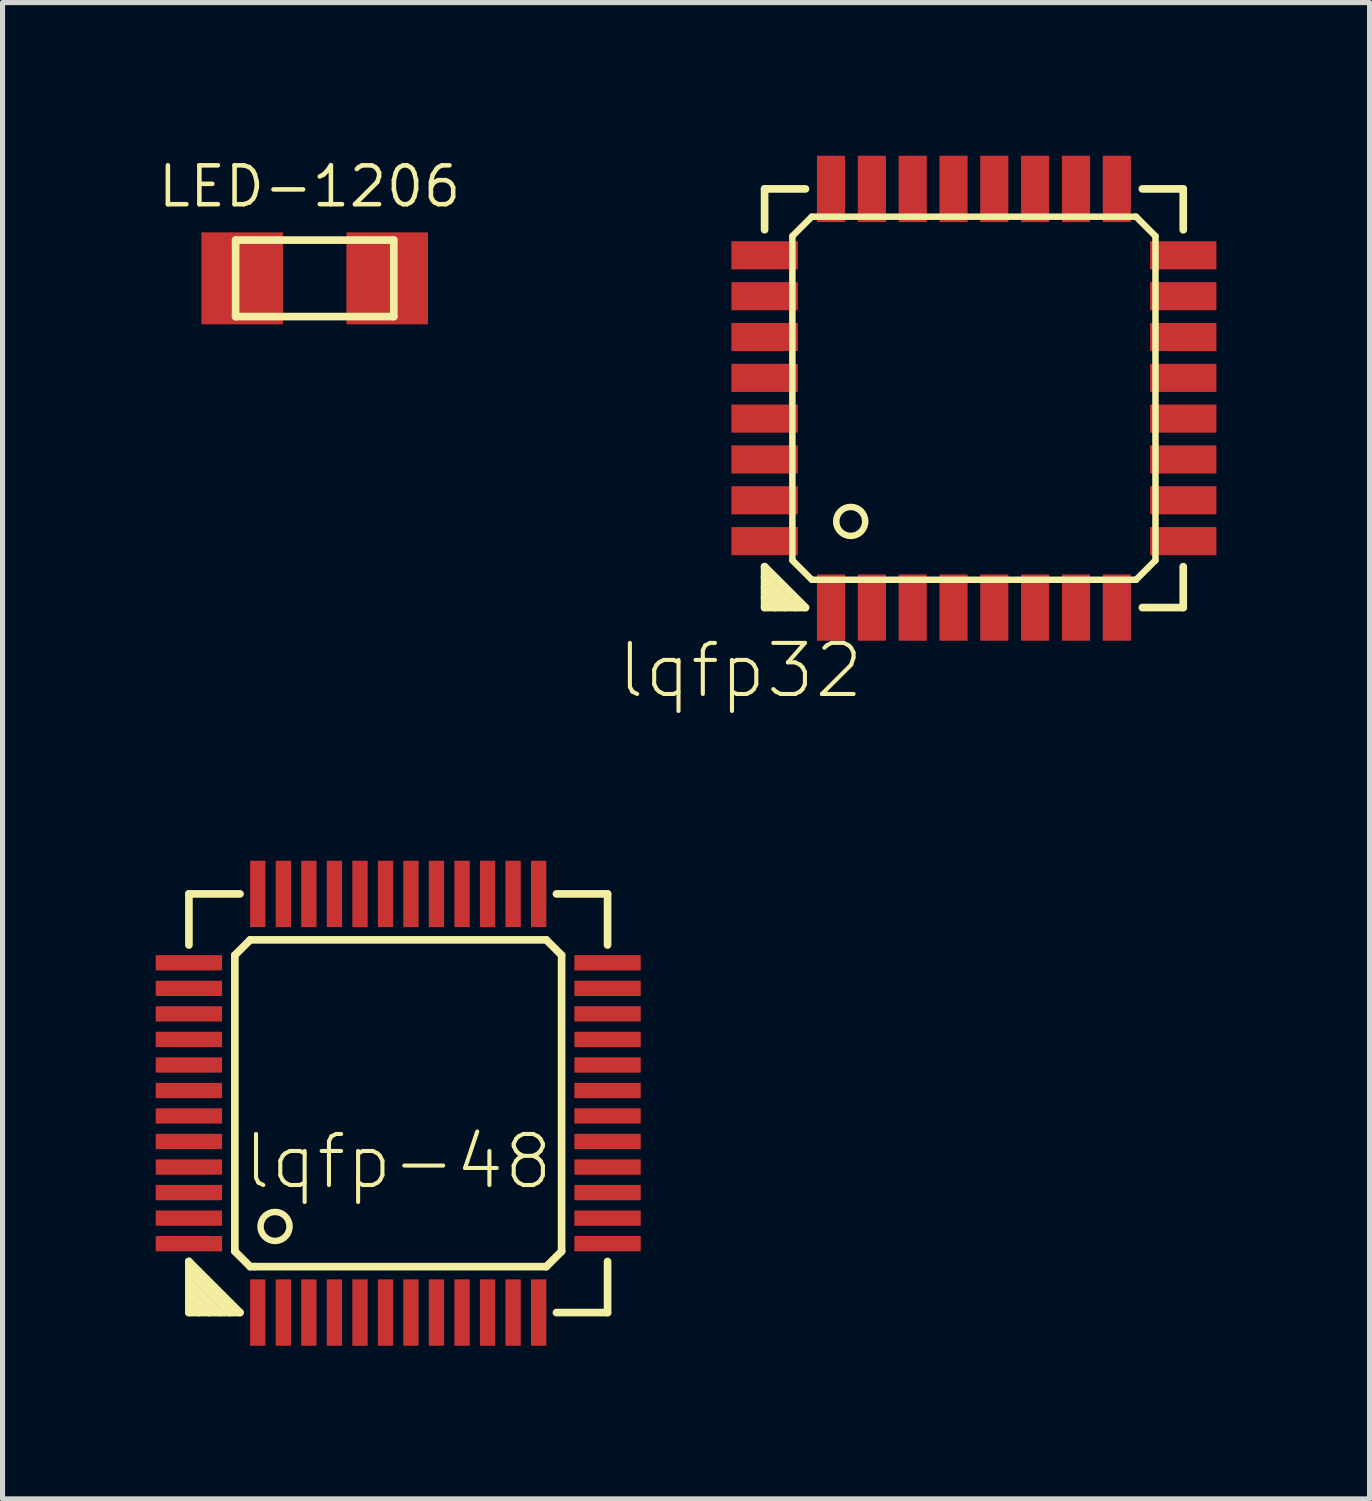
<source format=kicad_pcb>
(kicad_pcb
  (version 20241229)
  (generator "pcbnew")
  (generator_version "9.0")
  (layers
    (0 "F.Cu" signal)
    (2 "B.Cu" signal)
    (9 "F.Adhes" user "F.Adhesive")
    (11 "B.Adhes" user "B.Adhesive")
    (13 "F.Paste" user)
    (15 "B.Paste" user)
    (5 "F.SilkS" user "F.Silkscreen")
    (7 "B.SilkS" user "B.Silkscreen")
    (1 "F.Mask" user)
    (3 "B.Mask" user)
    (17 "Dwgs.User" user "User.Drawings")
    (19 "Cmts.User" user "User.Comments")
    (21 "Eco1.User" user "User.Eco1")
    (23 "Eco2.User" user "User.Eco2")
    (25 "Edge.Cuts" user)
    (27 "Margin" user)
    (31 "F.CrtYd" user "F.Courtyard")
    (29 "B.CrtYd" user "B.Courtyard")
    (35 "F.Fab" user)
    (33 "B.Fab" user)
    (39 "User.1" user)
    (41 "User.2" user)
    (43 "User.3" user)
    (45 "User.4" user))
  (footprint "lqfp-48"
    (placed yes)
    (layer "F.Cu")
    (at 4.75 18.559)
    (property "Reference" "lqfp-48" (at 0 1.143 0) (layer "F.SilkS") (effects (font (size 1 1) (thickness 0.08))))
    (attr smd)
    (fp_line (start -4.1 -4.1) (end -3.099 -4.1) (stroke (width 0.15) (type solid)) (layer "F.SilkS"))
    (fp_line (start -4.1 -3.099) (end -4.1 -4.1) (stroke (width 0.15) (type solid)) (layer "F.SilkS"))
    (fp_line (start -4.1 3.099) (end -3.099 4.1) (stroke (width 0.15) (type solid)) (layer "F.SilkS"))
    (fp_line (start -4.1 3.5) (end -3.5 4.1) (stroke (width 0.15) (type solid)) (layer "F.SilkS"))
    (fp_line (start -4.1 3.899) (end -3.899 4.1) (stroke (width 0.15) (type solid)) (layer "F.SilkS"))
    (fp_line (start -4.1 4.1) (end -4.1 3.099) (stroke (width 0.15) (type solid)) (layer "F.SilkS"))
    (fp_line (start -3.701 4.1) (end -4.1 3.701) (stroke (width 0.15) (type solid)) (layer "F.SilkS"))
    (fp_line (start -3.299 4.1) (end -4.1 3.299) (stroke (width 0.15) (type solid)) (layer "F.SilkS"))
    (fp_line (start -3.2 -2.9) (end -2.9 -3.2) (stroke (width 0.15) (type solid)) (layer "F.SilkS"))
    (fp_line (start -3.2 2.9) (end -3.2 -2.9) (stroke (width 0.15) (type solid)) (layer "F.SilkS"))
    (fp_line (start -3.099 4.1) (end -4.1 4.1) (stroke (width 0.15) (type solid)) (layer "F.SilkS"))
    (fp_line (start -2.9 -3.2) (end 2.9 -3.2) (stroke (width 0.15) (type solid)) (layer "F.SilkS"))
    (fp_line (start -2.9 3.2) (end -3.2 2.9) (stroke (width 0.15) (type solid)) (layer "F.SilkS"))
    (fp_line (start -2.8 3.2) (end -2.9 3.2) (stroke (width 0.15) (type solid)) (layer "F.SilkS"))
    (fp_line (start 2.9 -3.2) (end 3.2 -2.9) (stroke (width 0.15) (type solid)) (layer "F.SilkS"))
    (fp_line (start 2.9 3.2) (end -2.8 3.2) (stroke (width 0.15) (type solid)) (layer "F.SilkS"))
    (fp_line (start 3.099 -4.1) (end 4.1 -4.1) (stroke (width 0.15) (type solid)) (layer "F.SilkS"))
    (fp_line (start 3.2 -2.9) (end 3.2 2.9) (stroke (width 0.15) (type solid)) (layer "F.SilkS"))
    (fp_line (start 3.2 2.9) (end 2.9 3.2) (stroke (width 0.15) (type solid)) (layer "F.SilkS"))
    (fp_line (start 4.1 -4.1) (end 4.1 -3.099) (stroke (width 0.15) (type solid)) (layer "F.SilkS"))
    (fp_line (start 4.1 3.099) (end 4.1 4.1) (stroke (width 0.15) (type solid)) (layer "F.SilkS"))
    (fp_line (start 4.1 4.1) (end 3.099 4.1) (stroke (width 0.15) (type solid)) (layer "F.SilkS"))
    (fp_circle (center -2.413 2.413) (end -2.667 2.54) (stroke (width 0.127) (type solid)) (fill no) (layer "F.SilkS"))
    (pad "1" smd rect (at -2.751 4.1) (size 0.3 1.3) (layers "F.Cu" "F.Mask" "F.Paste"))
    (pad "2" smd rect (at -2.25 4.1) (size 0.3 1.3) (layers "F.Cu" "F.Mask" "F.Paste"))
    (pad "3" smd rect (at -1.75 4.1) (size 0.3 1.3) (layers "F.Cu" "F.Mask" "F.Paste"))
    (pad "4" smd rect (at -1.25 4.1) (size 0.3 1.3) (layers "F.Cu" "F.Mask" "F.Paste"))
    (pad "5" smd rect (at -0.749 4.1) (size 0.3 1.3) (layers "F.Cu" "F.Mask" "F.Paste"))
    (pad "6" smd rect (at -0.249 4.1) (size 0.3 1.3) (layers "F.Cu" "F.Mask" "F.Paste"))
    (pad "7" smd rect (at 0.249 4.1) (size 0.3 1.3) (layers "F.Cu" "F.Mask" "F.Paste"))
    (pad "8" smd rect (at 0.749 4.1) (size 0.3 1.3) (layers "F.Cu" "F.Mask" "F.Paste"))
    (pad "9" smd rect (at 1.25 4.1) (size 0.3 1.3) (layers "F.Cu" "F.Mask" "F.Paste"))
    (pad "10" smd rect (at 1.75 4.1) (size 0.3 1.3) (layers "F.Cu" "F.Mask" "F.Paste"))
    (pad "11" smd rect (at 2.25 4.1) (size 0.3 1.3) (layers "F.Cu" "F.Mask" "F.Paste"))
    (pad "12" smd rect (at 2.751 4.1) (size 0.3 1.3) (layers "F.Cu" "F.Mask" "F.Paste"))
    (pad "13" smd rect (at 4.1 2.751) (size 1.3 0.3) (layers "F.Cu" "F.Mask" "F.Paste"))
    (pad "14" smd rect (at 4.1 2.25) (size 1.3 0.3) (layers "F.Cu" "F.Mask" "F.Paste"))
    (pad "15" smd rect (at 4.1 1.75) (size 1.3 0.3) (layers "F.Cu" "F.Mask" "F.Paste"))
    (pad "16" smd rect (at 4.1 1.25) (size 1.3 0.3) (layers "F.Cu" "F.Mask" "F.Paste"))
    (pad "17" smd rect (at 4.1 0.749) (size 1.3 0.3) (layers "F.Cu" "F.Mask" "F.Paste"))
    (pad "18" smd rect (at 4.1 0.249) (size 1.3 0.3) (layers "F.Cu" "F.Mask" "F.Paste"))
    (pad "19" smd rect (at 4.1 -0.249) (size 1.3 0.3) (layers "F.Cu" "F.Mask" "F.Paste"))
    (pad "20" smd rect (at 4.1 -0.749) (size 1.3 0.3) (layers "F.Cu" "F.Mask" "F.Paste"))
    (pad "21" smd rect (at 4.1 -1.25) (size 1.3 0.3) (layers "F.Cu" "F.Mask" "F.Paste"))
    (pad "22" smd rect (at 4.1 -1.75) (size 1.3 0.3) (layers "F.Cu" "F.Mask" "F.Paste"))
    (pad "23" smd rect (at 4.1 -2.25) (size 1.3 0.3) (layers "F.Cu" "F.Mask" "F.Paste"))
    (pad "24" smd rect (at 4.1 -2.751) (size 1.3 0.3) (layers "F.Cu" "F.Mask" "F.Paste"))
    (pad "25" smd rect (at 2.751 -4.1) (size 0.3 1.3) (layers "F.Cu" "F.Mask" "F.Paste"))
    (pad "26" smd rect (at 2.25 -4.1) (size 0.3 1.3) (layers "F.Cu" "F.Mask" "F.Paste"))
    (pad "27" smd rect (at 1.75 -4.1) (size 0.3 1.3) (layers "F.Cu" "F.Mask" "F.Paste"))
    (pad "28" smd rect (at 1.25 -4.1) (size 0.3 1.3) (layers "F.Cu" "F.Mask" "F.Paste"))
    (pad "29" smd rect (at 0.749 -4.1) (size 0.3 1.3) (layers "F.Cu" "F.Mask" "F.Paste"))
    (pad "30" smd rect (at 0.249 -4.1) (size 0.3 1.3) (layers "F.Cu" "F.Mask" "F.Paste"))
    (pad "31" smd rect (at -0.249 -4.1) (size 0.3 1.3) (layers "F.Cu" "F.Mask" "F.Paste"))
    (pad "32" smd rect (at -0.749 -4.1) (size 0.3 1.3) (layers "F.Cu" "F.Mask" "F.Paste"))
    (pad "33" smd rect (at -1.25 -4.1) (size 0.3 1.3) (layers "F.Cu" "F.Mask" "F.Paste"))
    (pad "34" smd rect (at -1.75 -4.1) (size 0.3 1.3) (layers "F.Cu" "F.Mask" "F.Paste"))
    (pad "35" smd rect (at -2.25 -4.1) (size 0.3 1.3) (layers "F.Cu" "F.Mask" "F.Paste"))
    (pad "36" smd rect (at -2.751 -4.1) (size 0.3 1.3) (layers "F.Cu" "F.Mask" "F.Paste"))
    (pad "37" smd rect (at -4.1 -2.751) (size 1.3 0.3) (layers "F.Cu" "F.Mask" "F.Paste"))
    (pad "38" smd rect (at -4.1 -2.25) (size 1.3 0.3) (layers "F.Cu" "F.Mask" "F.Paste"))
    (pad "39" smd rect (at -4.1 -1.75) (size 1.3 0.3) (layers "F.Cu" "F.Mask" "F.Paste"))
    (pad "40" smd rect (at -4.1 -1.25) (size 1.3 0.3) (layers "F.Cu" "F.Mask" "F.Paste"))
    (pad "41" smd rect (at -4.1 -0.749) (size 1.3 0.3) (layers "F.Cu" "F.Mask" "F.Paste"))
    (pad "42" smd rect (at -4.1 -0.249) (size 1.3 0.3) (layers "F.Cu" "F.Mask" "F.Paste"))
    (pad "43" smd rect (at -4.1 0.249) (size 1.3 0.3) (layers "F.Cu" "F.Mask" "F.Paste"))
    (pad "44" smd rect (at -4.1 0.749) (size 1.3 0.3) (layers "F.Cu" "F.Mask" "F.Paste"))
    (pad "45" smd rect (at -4.1 1.25) (size 1.3 0.3) (layers "F.Cu" "F.Mask" "F.Paste"))
    (pad "46" smd rect (at -4.1 1.75) (size 1.3 0.3) (layers "F.Cu" "F.Mask" "F.Paste"))
    (pad "47" smd rect (at -4.1 2.25) (size 1.3 0.3) (layers "F.Cu" "F.Mask" "F.Paste"))
    (pad "48" smd rect (at -4.1 2.751) (size 1.3 0.3) (layers "F.Cu" "F.Mask" "F.Paste")))
  (footprint "lqfp32"
    (placed yes)
    (layer "F.Cu")
    (at 16.026 4.75)
    (property "Reference" "lqfp32" (at -4.572 5.334 0) (layer "F.SilkS") (effects (font (size 1 1) (thickness 0.08))))
    (attr smd)
    (fp_line (start -4.1 -4.1) (end -3.299 -4.1) (stroke (width 0.15) (type solid)) (layer "F.SilkS"))
    (fp_line (start -4.1 -3.299) (end -4.1 -4.1) (stroke (width 0.15) (type solid)) (layer "F.SilkS"))
    (fp_line (start -4.1 3.299) (end -3.299 4.1) (stroke (width 0.15) (type solid)) (layer "F.SilkS"))
    (fp_line (start -4.1 3.701) (end -3.701 4.1) (stroke (width 0.15) (type solid)) (layer "F.SilkS"))
    (fp_line (start -4.1 4.1) (end -4.1 3.299) (stroke (width 0.15) (type solid)) (layer "F.SilkS"))
    (fp_line (start -3.899 4.1) (end -4.1 3.899) (stroke (width 0.15) (type solid)) (layer "F.SilkS"))
    (fp_line (start -3.556 -3.175) (end -3.175 -3.556) (stroke (width 0.127) (type solid)) (layer "F.SilkS"))
    (fp_line (start -3.556 3.175) (end -3.556 -3.175) (stroke (width 0.127) (type solid)) (layer "F.SilkS"))
    (fp_line (start -3.5 4.1) (end -4.1 3.5) (stroke (width 0.15) (type solid)) (layer "F.SilkS"))
    (fp_line (start -3.299 4.1) (end -4.1 4.1) (stroke (width 0.15) (type solid)) (layer "F.SilkS"))
    (fp_line (start -3.175 -3.556) (end 3.175 -3.556) (stroke (width 0.127) (type solid)) (layer "F.SilkS"))
    (fp_line (start -3.175 3.556) (end -3.556 3.175) (stroke (width 0.127) (type solid)) (layer "F.SilkS"))
    (fp_line (start 3.175 -3.556) (end 3.556 -3.175) (stroke (width 0.127) (type solid)) (layer "F.SilkS"))
    (fp_line (start 3.175 3.556) (end -3.175 3.556) (stroke (width 0.127) (type solid)) (layer "F.SilkS"))
    (fp_line (start 3.299 -4.1) (end 4.1 -4.1) (stroke (width 0.15) (type solid)) (layer "F.SilkS"))
    (fp_line (start 3.556 -3.175) (end 3.556 3.175) (stroke (width 0.127) (type solid)) (layer "F.SilkS"))
    (fp_line (start 3.556 3.175) (end 3.175 3.556) (stroke (width 0.127) (type solid)) (layer "F.SilkS"))
    (fp_line (start 4.1 -4.1) (end 4.1 -3.299) (stroke (width 0.15) (type solid)) (layer "F.SilkS"))
    (fp_line (start 4.1 3.299) (end 4.1 4.1) (stroke (width 0.15) (type solid)) (layer "F.SilkS"))
    (fp_line (start 4.1 4.1) (end 3.299 4.1) (stroke (width 0.15) (type solid)) (layer "F.SilkS"))
    (fp_circle (center -2.413 2.413) (end -2.667 2.54) (stroke (width 0.127) (type solid)) (fill no) (layer "F.SilkS"))
    (pad "1" smd rect (at -2.799 4.1) (size 0.551 1.3) (layers "F.Cu" "F.Mask" "F.Paste"))
    (pad "2" smd rect (at -1.999 4.1) (size 0.551 1.3) (layers "F.Cu" "F.Mask" "F.Paste"))
    (pad "3" smd rect (at -1.199 4.1) (size 0.551 1.3) (layers "F.Cu" "F.Mask" "F.Paste"))
    (pad "4" smd rect (at -0.399 4.1) (size 0.551 1.3) (layers "F.Cu" "F.Mask" "F.Paste"))
    (pad "5" smd rect (at 0.399 4.1) (size 0.551 1.3) (layers "F.Cu" "F.Mask" "F.Paste"))
    (pad "6" smd rect (at 1.199 4.1) (size 0.551 1.3) (layers "F.Cu" "F.Mask" "F.Paste"))
    (pad "7" smd rect (at 1.999 4.1) (size 0.551 1.3) (layers "F.Cu" "F.Mask" "F.Paste"))
    (pad "8" smd rect (at 2.799 4.1) (size 0.551 1.3) (layers "F.Cu" "F.Mask" "F.Paste"))
    (pad "9" smd rect (at 4.1 2.799) (size 1.3 0.551) (layers "F.Cu" "F.Mask" "F.Paste"))
    (pad "10" smd rect (at 4.1 1.999) (size 1.3 0.551) (layers "F.Cu" "F.Mask" "F.Paste"))
    (pad "11" smd rect (at 4.1 1.199) (size 1.3 0.551) (layers "F.Cu" "F.Mask" "F.Paste"))
    (pad "12" smd rect (at 4.1 0.399) (size 1.3 0.551) (layers "F.Cu" "F.Mask" "F.Paste"))
    (pad "13" smd rect (at 4.1 -0.399) (size 1.3 0.551) (layers "F.Cu" "F.Mask" "F.Paste"))
    (pad "14" smd rect (at 4.1 -1.199) (size 1.3 0.551) (layers "F.Cu" "F.Mask" "F.Paste"))
    (pad "15" smd rect (at 4.1 -1.999) (size 1.3 0.551) (layers "F.Cu" "F.Mask" "F.Paste"))
    (pad "16" smd rect (at 4.1 -2.799) (size 1.3 0.551) (layers "F.Cu" "F.Mask" "F.Paste"))
    (pad "17" smd rect (at 2.799 -4.1) (size 0.551 1.3) (layers "F.Cu" "F.Mask" "F.Paste"))
    (pad "18" smd rect (at 1.999 -4.1) (size 0.551 1.3) (layers "F.Cu" "F.Mask" "F.Paste"))
    (pad "19" smd rect (at 1.199 -4.1) (size 0.551 1.3) (layers "F.Cu" "F.Mask" "F.Paste"))
    (pad "20" smd rect (at 0.399 -4.1) (size 0.551 1.3) (layers "F.Cu" "F.Mask" "F.Paste"))
    (pad "21" smd rect (at -0.399 -4.1) (size 0.551 1.3) (layers "F.Cu" "F.Mask" "F.Paste"))
    (pad "22" smd rect (at -1.199 -4.1) (size 0.551 1.3) (layers "F.Cu" "F.Mask" "F.Paste"))
    (pad "23" smd rect (at -1.999 -4.1) (size 0.551 1.3) (layers "F.Cu" "F.Mask" "F.Paste"))
    (pad "24" smd rect (at -2.799 -4.1) (size 0.551 1.3) (layers "F.Cu" "F.Mask" "F.Paste"))
    (pad "25" smd rect (at -4.1 -2.799) (size 1.3 0.551) (layers "F.Cu" "F.Mask" "F.Paste"))
    (pad "26" smd rect (at -4.1 -1.999) (size 1.3 0.551) (layers "F.Cu" "F.Mask" "F.Paste"))
    (pad "27" smd rect (at -4.1 -1.199) (size 1.3 0.551) (layers "F.Cu" "F.Mask" "F.Paste"))
    (pad "28" smd rect (at -4.1 -0.399) (size 1.3 0.551) (layers "F.Cu" "F.Mask" "F.Paste"))
    (pad "29" smd rect (at -4.1 0.399) (size 1.3 0.551) (layers "F.Cu" "F.Mask" "F.Paste"))
    (pad "30" smd rect (at -4.1 1.199) (size 1.3 0.551) (layers "F.Cu" "F.Mask" "F.Paste"))
    (pad "31" smd rect (at -4.1 1.999) (size 1.3 0.551) (layers "F.Cu" "F.Mask" "F.Paste"))
    (pad "32" smd rect (at -4.1 2.799) (size 1.3 0.551) (layers "F.Cu" "F.Mask" "F.Paste")))
  (footprint "LED-1206"
    (layer "F.Cu")
    (at 3.114 2.402)
    (property "Reference" "LED-1206" (at -0.1 -1.8 0) (layer "F.SilkS") (effects (font (size 0.762 0.762) (thickness 0.089))))
    (attr smd)
    (fp_line (start -1.549 -0.749) (end 1.549 -0.749) (stroke (width 0.15) (type solid)) (layer "F.SilkS"))
    (fp_line (start -1.549 0.749) (end -1.549 -0.749) (stroke (width 0.15) (type solid)) (layer "F.SilkS"))
    (fp_line (start 1.549 -0.749) (end 1.549 0.749) (stroke (width 0.15) (type solid)) (layer "F.SilkS"))
    (fp_line (start 1.549 0.749) (end -1.549 0.749) (stroke (width 0.15) (type solid)) (layer "F.SilkS"))
    (pad "1" smd rect (at -1.42 0) (size 1.598 1.801) (layers "F.Cu" "F.Mask" "F.Paste"))
    (pad "2" smd rect (at 1.42 0) (size 1.598 1.801) (layers "F.Cu" "F.Mask" "F.Paste")))
  (gr_rect
    (start -3 -3)
    (end 23.775 26.309)
    (stroke (width 0.1) (type default))
    (fill no)
    (layer "Edge.Cuts")))
</source>
